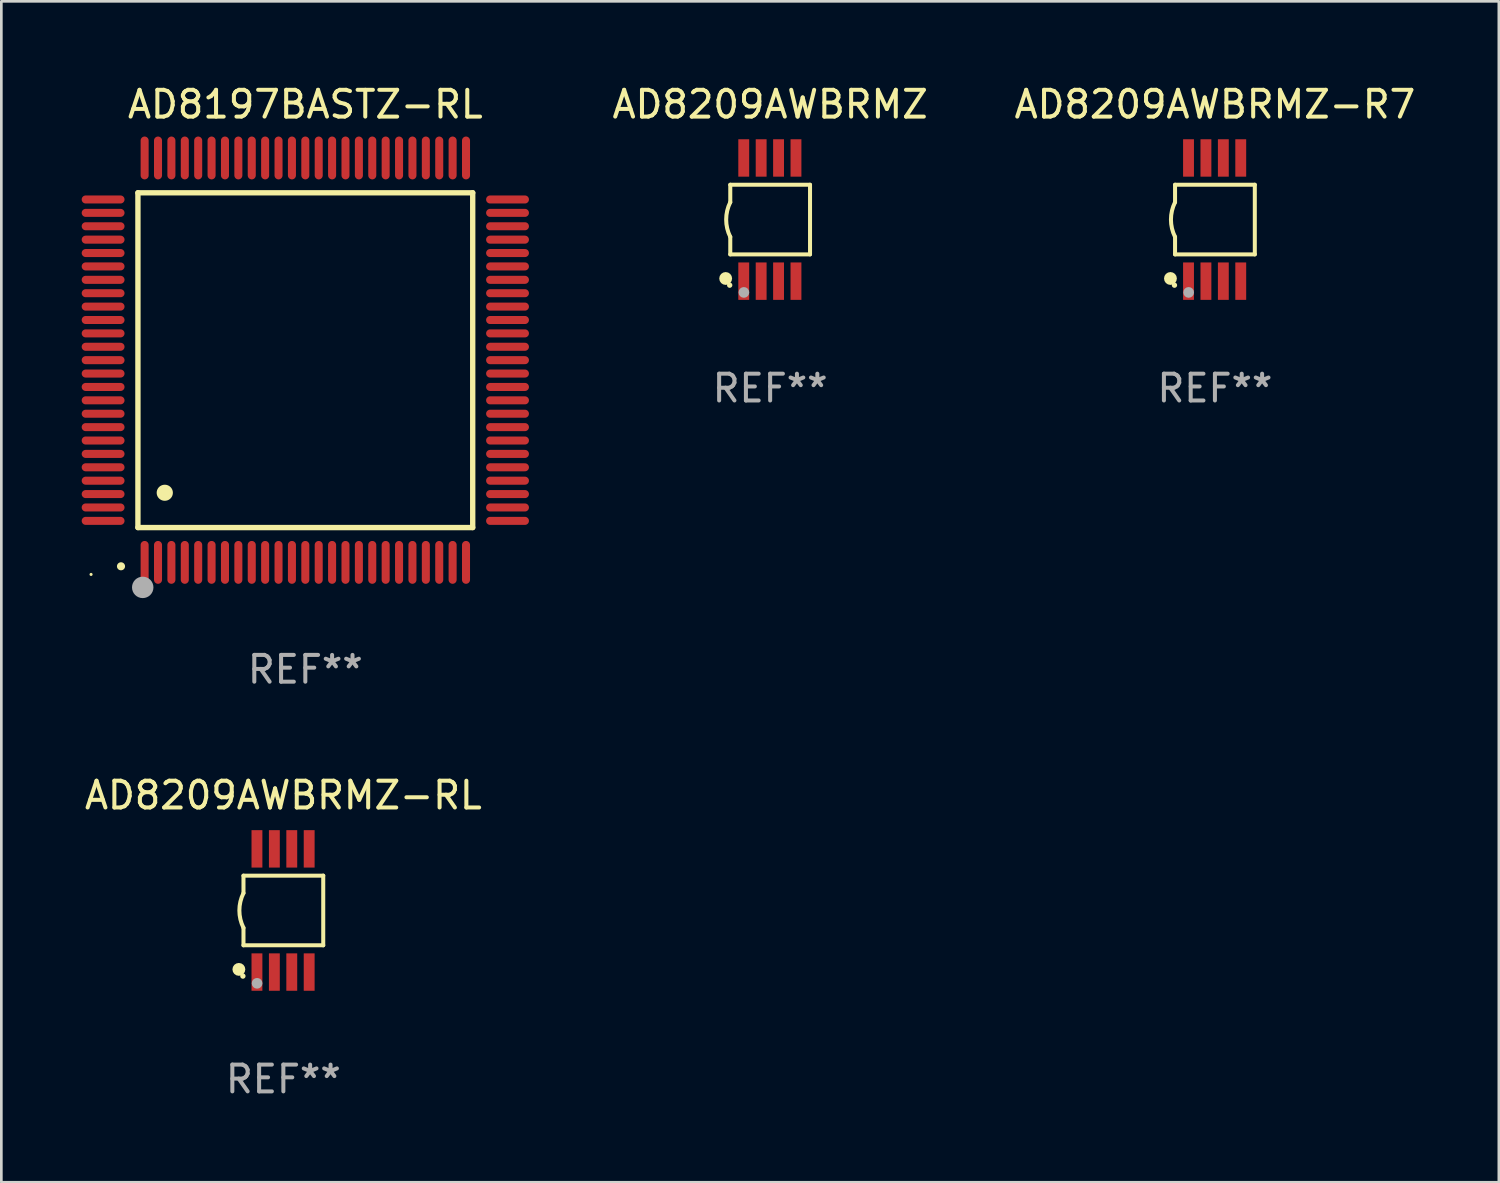
<source format=kicad_pcb>
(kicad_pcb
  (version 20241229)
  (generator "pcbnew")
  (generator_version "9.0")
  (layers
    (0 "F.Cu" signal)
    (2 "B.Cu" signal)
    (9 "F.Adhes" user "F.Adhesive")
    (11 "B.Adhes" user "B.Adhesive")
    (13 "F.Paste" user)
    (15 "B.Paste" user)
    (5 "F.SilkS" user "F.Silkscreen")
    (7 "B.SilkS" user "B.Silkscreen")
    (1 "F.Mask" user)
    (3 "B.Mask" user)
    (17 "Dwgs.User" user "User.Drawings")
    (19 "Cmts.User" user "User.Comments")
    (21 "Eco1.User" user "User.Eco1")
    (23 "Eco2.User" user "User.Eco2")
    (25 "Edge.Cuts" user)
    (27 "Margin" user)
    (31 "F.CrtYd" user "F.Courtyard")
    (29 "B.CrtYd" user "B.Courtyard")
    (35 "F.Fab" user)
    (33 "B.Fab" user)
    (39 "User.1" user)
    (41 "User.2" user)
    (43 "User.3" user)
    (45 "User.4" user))
  (footprint "AD8209AWBRMZ"
    (layer "F.Cu")
    (at 25.706 5.148)
    (property "Reference" "AD8209AWBRMZ" (at 0 -4.3 0) (layer "F.SilkS") (effects (font (size 1 1) (thickness 0.15))))
    (attr through_hole)
    (fp_line (start -1.489 -1.3) (end -1.489 -0.648) (stroke (width 0.15) (type solid)) (layer "F.SilkS"))
    (fp_line (start -1.489 0.648) (end -1.489 1.3) (stroke (width 0.15) (type solid)) (layer "F.SilkS"))
    (fp_line (start -1.489 1.3) (end 1.489 1.3) (stroke (width 0.15) (type solid)) (layer "F.SilkS"))
    (fp_line (start 1.489 -1.3) (end -1.489 -1.3) (stroke (width 0.15) (type solid)) (layer "F.SilkS"))
    (fp_line (start 1.489 1.3) (end 1.489 -1.3) (stroke (width 0.15) (type solid)) (layer "F.SilkS"))
    (fp_arc (start -1.489205 0.647702) (mid -1.642107 0) (end -1.489205 -0.647701) (stroke (width 0.150013) (type solid)) (layer "F.SilkS"))
    (fp_circle (center -1.661 2.2) (end -1.541 2.2) (stroke (width 0.24) (type solid)) (fill no) (layer "F.SilkS"))
    (fp_circle (center -1.511 2.45) (end -1.461 2.45) (stroke (width 0.1) (type solid)) (fill no) (layer "F.SilkS"))
    (fp_circle (center -0.981 2.72) (end -0.881 2.72) (stroke (width 0.2) (type solid)) (fill no) (layer "F.Fab"))
    (fp_text user "REF**" (at 0 6.3 0) (layer "F.Fab") (effects (font (size 1 1) (thickness 0.15))))
    (pad "1" smd rect (at -0.986 2.3) (size 0.406 1.397) (layers "F.Cu" "F.Mask" "F.Paste"))
    (pad "2" smd rect (at -0.336 2.3) (size 0.406 1.397) (layers "F.Cu" "F.Mask" "F.Paste"))
    (pad "3" smd rect (at 0.314 2.3) (size 0.406 1.397) (layers "F.Cu" "F.Mask" "F.Paste"))
    (pad "4" smd rect (at 0.964 2.3) (size 0.406 1.397) (layers "F.Cu" "F.Mask" "F.Paste"))
    (pad "5" smd rect (at 0.964 -2.3) (size 0.406 1.397) (layers "F.Cu" "F.Mask" "F.Paste"))
    (pad "6" smd rect (at 0.314 -2.3) (size 0.406 1.397) (layers "F.Cu" "F.Mask" "F.Paste"))
    (pad "7" smd rect (at -0.336 -2.3) (size 0.406 1.397) (layers "F.Cu" "F.Mask" "F.Paste"))
    (pad "8" smd rect (at -0.986 -2.3) (size 0.406 1.397) (layers "F.Cu" "F.Mask" "F.Paste")))
  (footprint "AD8209AWBRMZ-RL"
    (layer "F.Cu")
    (at 7.53 30.945)
    (property "Reference" "AD8209AWBRMZ-RL" (at 0 -4.3 0) (layer "F.SilkS") (effects (font (size 1 1) (thickness 0.15))))
    (attr through_hole)
    (fp_line (start -1.489 -1.3) (end -1.489 -0.648) (stroke (width 0.15) (type solid)) (layer "F.SilkS"))
    (fp_line (start -1.489 0.648) (end -1.489 1.3) (stroke (width 0.15) (type solid)) (layer "F.SilkS"))
    (fp_line (start -1.489 1.3) (end 1.489 1.3) (stroke (width 0.15) (type solid)) (layer "F.SilkS"))
    (fp_line (start 1.489 -1.3) (end -1.489 -1.3) (stroke (width 0.15) (type solid)) (layer "F.SilkS"))
    (fp_line (start 1.489 1.3) (end 1.489 -1.3) (stroke (width 0.15) (type solid)) (layer "F.SilkS"))
    (fp_arc (start -1.489205 0.647702) (mid -1.642107 0) (end -1.489205 -0.647701) (stroke (width 0.150013) (type solid)) (layer "F.SilkS"))
    (fp_circle (center -1.661 2.2) (end -1.541 2.2) (stroke (width 0.24) (type solid)) (fill no) (layer "F.SilkS"))
    (fp_circle (center -1.511 2.45) (end -1.461 2.45) (stroke (width 0.1) (type solid)) (fill no) (layer "F.SilkS"))
    (fp_circle (center -0.981 2.72) (end -0.881 2.72) (stroke (width 0.2) (type solid)) (fill no) (layer "F.Fab"))
    (fp_text user "REF**" (at 0 6.3 0) (layer "F.Fab") (effects (font (size 1 1) (thickness 0.15))))
    (pad "1" smd rect (at -0.986 2.3) (size 0.406 1.397) (layers "F.Cu" "F.Mask" "F.Paste"))
    (pad "2" smd rect (at -0.336 2.3) (size 0.406 1.397) (layers "F.Cu" "F.Mask" "F.Paste"))
    (pad "3" smd rect (at 0.314 2.3) (size 0.406 1.397) (layers "F.Cu" "F.Mask" "F.Paste"))
    (pad "4" smd rect (at 0.964 2.3) (size 0.406 1.397) (layers "F.Cu" "F.Mask" "F.Paste"))
    (pad "5" smd rect (at 0.964 -2.3) (size 0.406 1.397) (layers "F.Cu" "F.Mask" "F.Paste"))
    (pad "6" smd rect (at 0.314 -2.3) (size 0.406 1.397) (layers "F.Cu" "F.Mask" "F.Paste"))
    (pad "7" smd rect (at -0.336 -2.3) (size 0.406 1.397) (layers "F.Cu" "F.Mask" "F.Paste"))
    (pad "8" smd rect (at -0.986 -2.3) (size 0.406 1.397) (layers "F.Cu" "F.Mask" "F.Paste")))
  (footprint "AD8197BASTZ-RL"
    (layer "F.Cu")
    (at 8.35 10.398)
    (property "Reference" "AD8197BASTZ-RL" (at 0 -9.55 0) (layer "F.SilkS") (effects (font (size 1 1) (thickness 0.15))))
    (attr through_hole)
    (fp_line (start -6.25 -6.25) (end -6.25 6.25) (stroke (width 0.2) (type solid)) (layer "F.SilkS"))
    (fp_line (start -6.25 6.25) (end 6.25 6.25) (stroke (width 0.2) (type solid)) (layer "F.SilkS"))
    (fp_line (start 6.25 -6.25) (end -6.25 -6.25) (stroke (width 0.2) (type solid)) (layer "F.SilkS"))
    (fp_line (start 6.25 6.25) (end 6.25 -6.25) (stroke (width 0.2) (type solid)) (layer "F.SilkS"))
    (fp_arc (start -6.883414 7.696215) (mid -6.882144 7.69621) (end -6.880874 7.696215) (stroke (width 0.3) (type solid)) (layer "F.SilkS"))
    (fp_arc (start -5.250191 4.95047) (mid -5.247651 4.950459) (end -5.245111 4.95047) (stroke (width 0.6) (type solid)) (layer "F.SilkS"))
    (fp_circle (center -8 8) (end -7.97 8) (stroke (width 0.06) (type solid)) (fill no) (layer "F.SilkS"))
    (fp_circle (center -6.071 8.484) (end -5.871 8.484) (stroke (width 0.4) (type solid)) (fill no) (layer "F.Fab"))
    (fp_text user "REF**" (at 0 11.55 0) (layer "F.Fab") (effects (font (size 1 1) (thickness 0.15))))
    (pad "1" smd oval (at -6 7.55) (size 0.3 1.6) (layers "F.Cu" "F.Mask" "F.Paste"))
    (pad "2" smd oval (at -5.5 7.55) (size 0.3 1.6) (layers "F.Cu" "F.Mask" "F.Paste"))
    (pad "3" smd oval (at -5 7.55) (size 0.3 1.6) (layers "F.Cu" "F.Mask" "F.Paste"))
    (pad "4" smd oval (at -4.5 7.55) (size 0.3 1.6) (layers "F.Cu" "F.Mask" "F.Paste"))
    (pad "5" smd oval (at -4 7.55) (size 0.3 1.6) (layers "F.Cu" "F.Mask" "F.Paste"))
    (pad "6" smd oval (at -3.5 7.55) (size 0.3 1.6) (layers "F.Cu" "F.Mask" "F.Paste"))
    (pad "7" smd oval (at -3 7.55) (size 0.3 1.6) (layers "F.Cu" "F.Mask" "F.Paste"))
    (pad "8" smd oval (at -2.5 7.55) (size 0.3 1.6) (layers "F.Cu" "F.Mask" "F.Paste"))
    (pad "9" smd oval (at -2 7.55) (size 0.3 1.6) (layers "F.Cu" "F.Mask" "F.Paste"))
    (pad "10" smd oval (at -1.5 7.55) (size 0.3 1.6) (layers "F.Cu" "F.Mask" "F.Paste"))
    (pad "11" smd oval (at -1 7.55) (size 0.3 1.6) (layers "F.Cu" "F.Mask" "F.Paste"))
    (pad "12" smd oval (at -0.5 7.55) (size 0.3 1.6) (layers "F.Cu" "F.Mask" "F.Paste"))
    (pad "13" smd oval (at 0 7.55) (size 0.3 1.6) (layers "F.Cu" "F.Mask" "F.Paste"))
    (pad "14" smd oval (at 0.5 7.55) (size 0.3 1.6) (layers "F.Cu" "F.Mask" "F.Paste"))
    (pad "15" smd oval (at 1 7.55) (size 0.3 1.6) (layers "F.Cu" "F.Mask" "F.Paste"))
    (pad "16" smd oval (at 1.5 7.55) (size 0.3 1.6) (layers "F.Cu" "F.Mask" "F.Paste"))
    (pad "17" smd oval (at 2 7.55) (size 0.3 1.6) (layers "F.Cu" "F.Mask" "F.Paste"))
    (pad "18" smd oval (at 2.5 7.55) (size 0.3 1.6) (layers "F.Cu" "F.Mask" "F.Paste"))
    (pad "19" smd oval (at 3 7.55) (size 0.3 1.6) (layers "F.Cu" "F.Mask" "F.Paste"))
    (pad "20" smd oval (at 3.5 7.55) (size 0.3 1.6) (layers "F.Cu" "F.Mask" "F.Paste"))
    (pad "21" smd oval (at 4 7.55) (size 0.3 1.6) (layers "F.Cu" "F.Mask" "F.Paste"))
    (pad "22" smd oval (at 4.5 7.55) (size 0.3 1.6) (layers "F.Cu" "F.Mask" "F.Paste"))
    (pad "23" smd oval (at 5 7.55) (size 0.3 1.6) (layers "F.Cu" "F.Mask" "F.Paste"))
    (pad "24" smd oval (at 5.5 7.55) (size 0.3 1.6) (layers "F.Cu" "F.Mask" "F.Paste"))
    (pad "25" smd oval (at 6 7.55) (size 0.3 1.6) (layers "F.Cu" "F.Mask" "F.Paste"))
    (pad "26" smd oval (at 7.55 6) (size 1.6 0.3) (layers "F.Cu" "F.Mask" "F.Paste"))
    (pad "27" smd oval (at 7.55 5.5) (size 1.6 0.3) (layers "F.Cu" "F.Mask" "F.Paste"))
    (pad "28" smd oval (at 7.55 5) (size 1.6 0.3) (layers "F.Cu" "F.Mask" "F.Paste"))
    (pad "29" smd oval (at 7.55 4.5) (size 1.6 0.3) (layers "F.Cu" "F.Mask" "F.Paste"))
    (pad "30" smd oval (at 7.55 4) (size 1.6 0.3) (layers "F.Cu" "F.Mask" "F.Paste"))
    (pad "31" smd oval (at 7.55 3.5) (size 1.6 0.3) (layers "F.Cu" "F.Mask" "F.Paste"))
    (pad "32" smd oval (at 7.55 3) (size 1.6 0.3) (layers "F.Cu" "F.Mask" "F.Paste"))
    (pad "33" smd oval (at 7.55 2.5) (size 1.6 0.3) (layers "F.Cu" "F.Mask" "F.Paste"))
    (pad "34" smd oval (at 7.55 2) (size 1.6 0.3) (layers "F.Cu" "F.Mask" "F.Paste"))
    (pad "35" smd oval (at 7.55 1.5) (size 1.6 0.3) (layers "F.Cu" "F.Mask" "F.Paste"))
    (pad "36" smd oval (at 7.55 1) (size 1.6 0.3) (layers "F.Cu" "F.Mask" "F.Paste"))
    (pad "37" smd oval (at 7.55 0.5) (size 1.6 0.3) (layers "F.Cu" "F.Mask" "F.Paste"))
    (pad "38" smd oval (at 7.55 0) (size 1.6 0.3) (layers "F.Cu" "F.Mask" "F.Paste"))
    (pad "39" smd oval (at 7.55 -0.5) (size 1.6 0.3) (layers "F.Cu" "F.Mask" "F.Paste"))
    (pad "40" smd oval (at 7.55 -1) (size 1.6 0.3) (layers "F.Cu" "F.Mask" "F.Paste"))
    (pad "41" smd oval (at 7.55 -1.5) (size 1.6 0.3) (layers "F.Cu" "F.Mask" "F.Paste"))
    (pad "42" smd oval (at 7.55 -2) (size 1.6 0.3) (layers "F.Cu" "F.Mask" "F.Paste"))
    (pad "43" smd oval (at 7.55 -2.5) (size 1.6 0.3) (layers "F.Cu" "F.Mask" "F.Paste"))
    (pad "44" smd oval (at 7.55 -3) (size 1.6 0.3) (layers "F.Cu" "F.Mask" "F.Paste"))
    (pad "45" smd oval (at 7.55 -3.5) (size 1.6 0.3) (layers "F.Cu" "F.Mask" "F.Paste"))
    (pad "46" smd oval (at 7.55 -4) (size 1.6 0.3) (layers "F.Cu" "F.Mask" "F.Paste"))
    (pad "47" smd oval (at 7.55 -4.5) (size 1.6 0.3) (layers "F.Cu" "F.Mask" "F.Paste"))
    (pad "48" smd oval (at 7.55 -5) (size 1.6 0.3) (layers "F.Cu" "F.Mask" "F.Paste"))
    (pad "49" smd oval (at 7.55 -5.5) (size 1.6 0.3) (layers "F.Cu" "F.Mask" "F.Paste"))
    (pad "50" smd oval (at 7.55 -6) (size 1.6 0.3) (layers "F.Cu" "F.Mask" "F.Paste"))
    (pad "51" smd oval (at 6 -7.55) (size 0.3 1.6) (layers "F.Cu" "F.Mask" "F.Paste"))
    (pad "52" smd oval (at 5.5 -7.55) (size 0.3 1.6) (layers "F.Cu" "F.Mask" "F.Paste"))
    (pad "53" smd oval (at 5 -7.55) (size 0.3 1.6) (layers "F.Cu" "F.Mask" "F.Paste"))
    (pad "54" smd oval (at 4.5 -7.55) (size 0.3 1.6) (layers "F.Cu" "F.Mask" "F.Paste"))
    (pad "55" smd oval (at 4 -7.55) (size 0.3 1.6) (layers "F.Cu" "F.Mask" "F.Paste"))
    (pad "56" smd oval (at 3.5 -7.55) (size 0.3 1.6) (layers "F.Cu" "F.Mask" "F.Paste"))
    (pad "57" smd oval (at 3 -7.55) (size 0.3 1.6) (layers "F.Cu" "F.Mask" "F.Paste"))
    (pad "58" smd oval (at 2.5 -7.55) (size 0.3 1.6) (layers "F.Cu" "F.Mask" "F.Paste"))
    (pad "59" smd oval (at 2 -7.55) (size 0.3 1.6) (layers "F.Cu" "F.Mask" "F.Paste"))
    (pad "60" smd oval (at 1.5 -7.55) (size 0.3 1.6) (layers "F.Cu" "F.Mask" "F.Paste"))
    (pad "61" smd oval (at 1 -7.55) (size 0.3 1.6) (layers "F.Cu" "F.Mask" "F.Paste"))
    (pad "62" smd oval (at 0.5 -7.55) (size 0.3 1.6) (layers "F.Cu" "F.Mask" "F.Paste"))
    (pad "63" smd oval (at 0 -7.55) (size 0.3 1.6) (layers "F.Cu" "F.Mask" "F.Paste"))
    (pad "64" smd oval (at -0.5 -7.55) (size 0.3 1.6) (layers "F.Cu" "F.Mask" "F.Paste"))
    (pad "65" smd oval (at -1 -7.55) (size 0.3 1.6) (layers "F.Cu" "F.Mask" "F.Paste"))
    (pad "66" smd oval (at -1.5 -7.55) (size 0.3 1.6) (layers "F.Cu" "F.Mask" "F.Paste"))
    (pad "67" smd oval (at -2 -7.55) (size 0.3 1.6) (layers "F.Cu" "F.Mask" "F.Paste"))
    (pad "68" smd oval (at -2.5 -7.55) (size 0.3 1.6) (layers "F.Cu" "F.Mask" "F.Paste"))
    (pad "69" smd oval (at -3 -7.55) (size 0.3 1.6) (layers "F.Cu" "F.Mask" "F.Paste"))
    (pad "70" smd oval (at -3.5 -7.55) (size 0.3 1.6) (layers "F.Cu" "F.Mask" "F.Paste"))
    (pad "71" smd oval (at -4 -7.55) (size 0.3 1.6) (layers "F.Cu" "F.Mask" "F.Paste"))
    (pad "72" smd oval (at -4.5 -7.55) (size 0.3 1.6) (layers "F.Cu" "F.Mask" "F.Paste"))
    (pad "73" smd oval (at -5 -7.55) (size 0.3 1.6) (layers "F.Cu" "F.Mask" "F.Paste"))
    (pad "74" smd oval (at -5.5 -7.55) (size 0.3 1.6) (layers "F.Cu" "F.Mask" "F.Paste"))
    (pad "75" smd oval (at -6 -7.55) (size 0.3 1.6) (layers "F.Cu" "F.Mask" "F.Paste"))
    (pad "76" smd oval (at -7.55 -6) (size 1.6 0.3) (layers "F.Cu" "F.Mask" "F.Paste"))
    (pad "77" smd oval (at -7.55 -5.5) (size 1.6 0.3) (layers "F.Cu" "F.Mask" "F.Paste"))
    (pad "78" smd oval (at -7.55 -5) (size 1.6 0.3) (layers "F.Cu" "F.Mask" "F.Paste"))
    (pad "79" smd oval (at -7.55 -4.5) (size 1.6 0.3) (layers "F.Cu" "F.Mask" "F.Paste"))
    (pad "80" smd oval (at -7.55 -4) (size 1.6 0.3) (layers "F.Cu" "F.Mask" "F.Paste"))
    (pad "81" smd oval (at -7.55 -3.5) (size 1.6 0.3) (layers "F.Cu" "F.Mask" "F.Paste"))
    (pad "82" smd oval (at -7.55 -3) (size 1.6 0.3) (layers "F.Cu" "F.Mask" "F.Paste"))
    (pad "83" smd oval (at -7.55 -2.5) (size 1.6 0.3) (layers "F.Cu" "F.Mask" "F.Paste"))
    (pad "84" smd oval (at -7.55 -2) (size 1.6 0.3) (layers "F.Cu" "F.Mask" "F.Paste"))
    (pad "85" smd oval (at -7.55 -1.5) (size 1.6 0.3) (layers "F.Cu" "F.Mask" "F.Paste"))
    (pad "86" smd oval (at -7.55 -1) (size 1.6 0.3) (layers "F.Cu" "F.Mask" "F.Paste"))
    (pad "87" smd oval (at -7.55 -0.5) (size 1.6 0.3) (layers "F.Cu" "F.Mask" "F.Paste"))
    (pad "88" smd oval (at -7.55 0) (size 1.6 0.3) (layers "F.Cu" "F.Mask" "F.Paste"))
    (pad "89" smd oval (at -7.55 0.5) (size 1.6 0.3) (layers "F.Cu" "F.Mask" "F.Paste"))
    (pad "90" smd oval (at -7.55 1) (size 1.6 0.3) (layers "F.Cu" "F.Mask" "F.Paste"))
    (pad "91" smd oval (at -7.55 1.5) (size 1.6 0.3) (layers "F.Cu" "F.Mask" "F.Paste"))
    (pad "92" smd oval (at -7.55 2) (size 1.6 0.3) (layers "F.Cu" "F.Mask" "F.Paste"))
    (pad "93" smd oval (at -7.55 2.5) (size 1.6 0.3) (layers "F.Cu" "F.Mask" "F.Paste"))
    (pad "94" smd oval (at -7.55 3) (size 1.6 0.3) (layers "F.Cu" "F.Mask" "F.Paste"))
    (pad "95" smd oval (at -7.55 3.5) (size 1.6 0.3) (layers "F.Cu" "F.Mask" "F.Paste"))
    (pad "96" smd oval (at -7.55 4) (size 1.6 0.3) (layers "F.Cu" "F.Mask" "F.Paste"))
    (pad "97" smd oval (at -7.55 4.5) (size 1.6 0.3) (layers "F.Cu" "F.Mask" "F.Paste"))
    (pad "98" smd oval (at -7.55 5) (size 1.6 0.3) (layers "F.Cu" "F.Mask" "F.Paste"))
    (pad "99" smd oval (at -7.55 5.5) (size 1.6 0.3) (layers "F.Cu" "F.Mask" "F.Paste"))
    (pad "100" smd oval (at -7.55 6) (size 1.6 0.3) (layers "F.Cu" "F.Mask" "F.Paste")))
  (footprint "AD8209AWBRMZ-R7"
    (layer "F.Cu")
    (at 42.313 5.148)
    (property "Reference" "AD8209AWBRMZ-R7" (at 0 -4.3 0) (layer "F.SilkS") (effects (font (size 1 1) (thickness 0.15))))
    (attr through_hole)
    (fp_line (start -1.489 -1.3) (end -1.489 -0.648) (stroke (width 0.15) (type solid)) (layer "F.SilkS"))
    (fp_line (start -1.489 0.648) (end -1.489 1.3) (stroke (width 0.15) (type solid)) (layer "F.SilkS"))
    (fp_line (start -1.489 1.3) (end 1.489 1.3) (stroke (width 0.15) (type solid)) (layer "F.SilkS"))
    (fp_line (start 1.489 -1.3) (end -1.489 -1.3) (stroke (width 0.15) (type solid)) (layer "F.SilkS"))
    (fp_line (start 1.489 1.3) (end 1.489 -1.3) (stroke (width 0.15) (type solid)) (layer "F.SilkS"))
    (fp_arc (start -1.489205 0.647702) (mid -1.642107 0) (end -1.489205 -0.647701) (stroke (width 0.150013) (type solid)) (layer "F.SilkS"))
    (fp_circle (center -1.661 2.2) (end -1.541 2.2) (stroke (width 0.24) (type solid)) (fill no) (layer "F.SilkS"))
    (fp_circle (center -1.511 2.45) (end -1.461 2.45) (stroke (width 0.1) (type solid)) (fill no) (layer "F.SilkS"))
    (fp_circle (center -0.981 2.72) (end -0.881 2.72) (stroke (width 0.2) (type solid)) (fill no) (layer "F.Fab"))
    (fp_text user "REF**" (at 0 6.3 0) (layer "F.Fab") (effects (font (size 1 1) (thickness 0.15))))
    (pad "1" smd rect (at -0.986 2.3) (size 0.406 1.397) (layers "F.Cu" "F.Mask" "F.Paste"))
    (pad "2" smd rect (at -0.336 2.3) (size 0.406 1.397) (layers "F.Cu" "F.Mask" "F.Paste"))
    (pad "3" smd rect (at 0.314 2.3) (size 0.406 1.397) (layers "F.Cu" "F.Mask" "F.Paste"))
    (pad "4" smd rect (at 0.964 2.3) (size 0.406 1.397) (layers "F.Cu" "F.Mask" "F.Paste"))
    (pad "5" smd rect (at 0.964 -2.3) (size 0.406 1.397) (layers "F.Cu" "F.Mask" "F.Paste"))
    (pad "6" smd rect (at 0.314 -2.3) (size 0.406 1.397) (layers "F.Cu" "F.Mask" "F.Paste"))
    (pad "7" smd rect (at -0.336 -2.3) (size 0.406 1.397) (layers "F.Cu" "F.Mask" "F.Paste"))
    (pad "8" smd rect (at -0.986 -2.3) (size 0.406 1.397) (layers "F.Cu" "F.Mask" "F.Paste")))
  (gr_rect
    (start -3 -3)
    (end 52.914 41.093)
    (stroke (width 0.1) (type default))
    (fill no)
    (layer "Edge.Cuts")))
</source>
